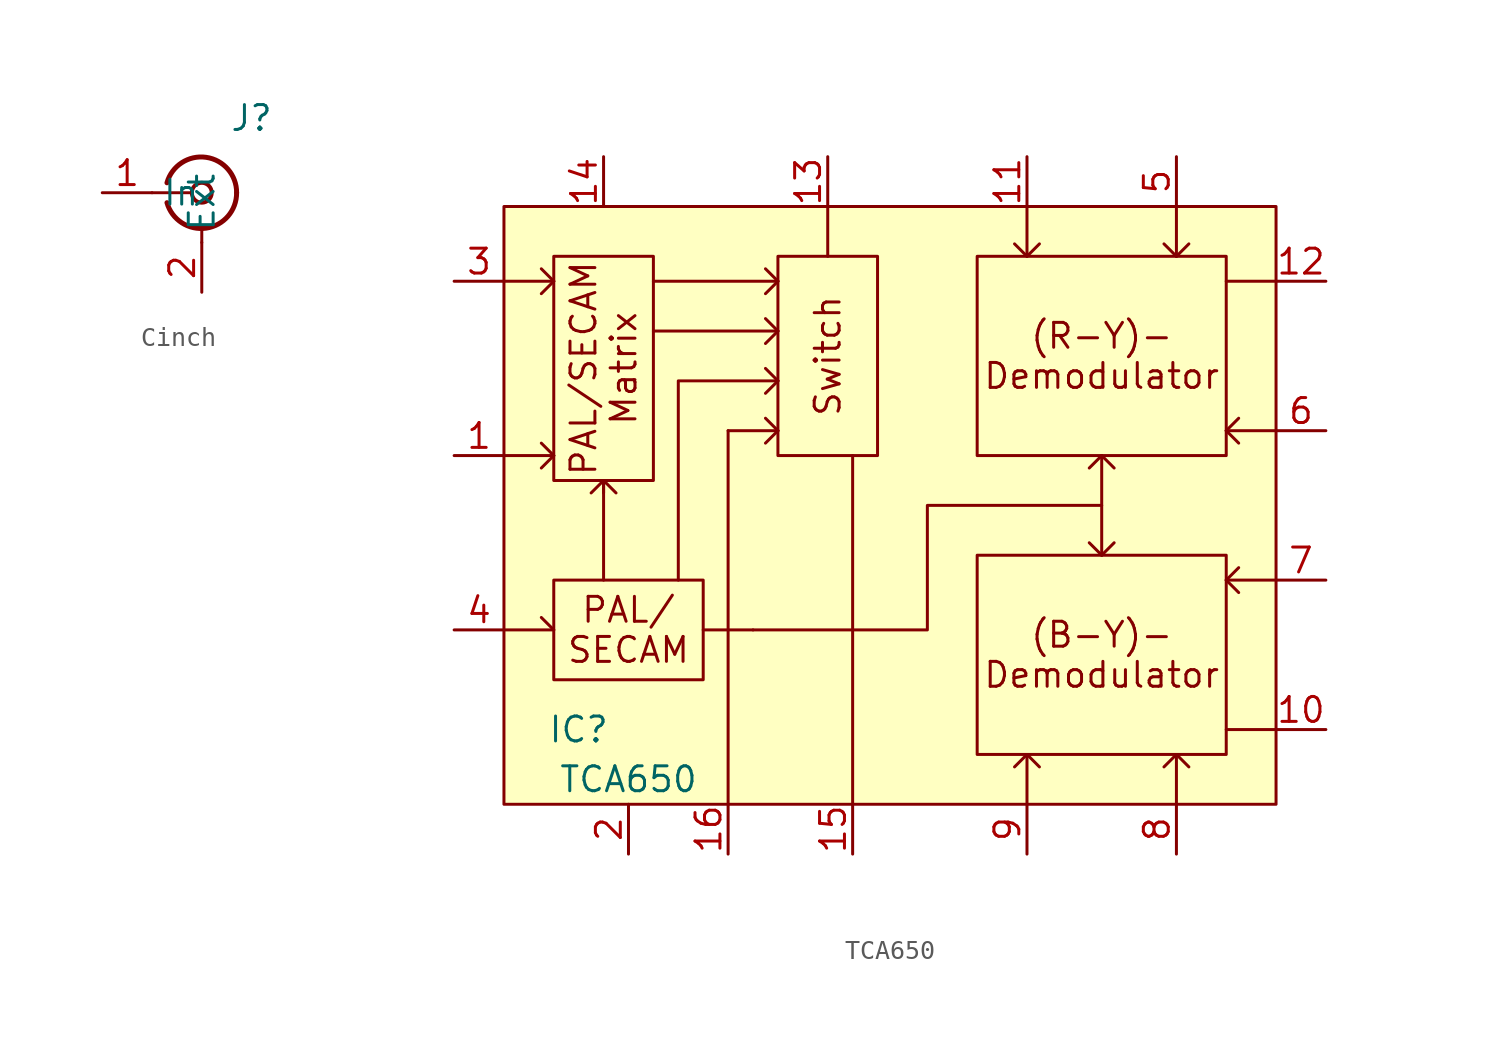
<source format=kicad_sym>
(kicad_symbol_lib
  (version 20220914)
  (generator kicad_symbol_editor)
  (symbol "Cinch"
    (property "Reference" "J"
      (at 2.54 3.81 0)
      (effects (font (size 1.27 1.27))))
    (property "Value" ""
      (at -5.08 0 0)
      (effects (font (size 1.27 1.27))))
    (symbol "Cinch_0_1"
      (arc (start -1.778 -0.508) (mid 0.2311 -1.8066) (end 1.778 0) (stroke (width 0.254) (type default)) (fill (type none)))
      (polyline (pts (xy -2.54 0) (xy -0.508 0)) (stroke (width 0) (type default)) (fill (type none)))
      (polyline (pts (xy 0 -2.54) (xy 0 -1.778)) (stroke (width 0) (type default)) (fill (type none)))
      (circle (center 0 0) (radius 0.508) (stroke (width 0.203) (type default)) (fill (type none)))
      (arc (start 1.778 0) (mid 0.2099 1.8101) (end -1.778 0.508) (stroke (width 0.254) (type default)) (fill (type none))))
    (symbol "Cinch_1_1"
      (pin passive line (at -5.08 0 0) (length 2.54) (name "In" (effects (font (size 1.27 1.27)))) (number "1" (effects (font (size 1.27 1.27)))))
      (pin passive line (at 0 -5.08 90) (length 2.54) (name "Ext" (effects (font (size 1.27 1.27)))) (number "2" (effects (font (size 1.27 1.27)))))))
  (symbol "TCA650"
    (property "Reference" "IC"
      (at -16.51 -12.7 0)
      (effects (font (size 1.27 1.27))))
    (property "Value" "TCA650"
      (at -13.97 -15.24 0)
      (effects (font (size 1.27 1.27))))
    (symbol "TCA650_0_1"
      (polyline (pts (xy -17.78 -7.62) (xy -18.415 -6.985)) (stroke (width 0) (type default)) (fill (type none)))
      (polyline (pts (xy 6.35 -13.97) (xy 5.715 -14.605)) (stroke (width 0) (type default)) (fill (type none)))
      (polyline (pts (xy 6.35 -13.97) (xy 6.985 -14.605)) (stroke (width 0) (type default)) (fill (type none)))
      (polyline (pts (xy 6.35 11.43) (xy 5.715 12.065)) (stroke (width 0) (type default)) (fill (type none)))
      (polyline (pts (xy 6.35 11.43) (xy 6.985 12.065)) (stroke (width 0) (type default)) (fill (type none)))
      (polyline (pts (xy 13.97 -13.97) (xy 13.335 -14.605)) (stroke (width 0) (type default)) (fill (type none)))
      (polyline (pts (xy 13.97 -13.97) (xy 14.605 -14.605)) (stroke (width 0) (type default)) (fill (type none)))
      (polyline (pts (xy 13.97 11.43) (xy 13.335 12.065)) (stroke (width 0) (type default)) (fill (type none)))
      (polyline (pts (xy 13.97 11.43) (xy 14.605 12.065)) (stroke (width 0) (type default)) (fill (type none)))
      (rectangle (start 3.81 -3.81) (end 16.51 -13.97) (stroke (width 0) (type default)) (fill (type none))))
    (symbol "TCA650_1_1"
      (rectangle (start -20.32 13.97) (end 19.05 -16.51) (stroke (width 0) (type default)) (fill (type background)))
      (rectangle (start -17.78 -5.08) (end -10.16 -10.16) (stroke (width 0) (type default)) (fill (type none)))
      (rectangle (start -17.78 11.43) (end -12.7 0) (stroke (width 0) (type default)) (fill (type none)))
      (rectangle (start -6.35 11.43) (end -1.27 1.27) (stroke (width 0) (type default)) (fill (type none)))
      (polyline (pts (xy -20.32 -7.62) (xy -17.78 -7.62)) (stroke (width 0) (type default)) (fill (type none)))
      (polyline (pts (xy -20.32 1.27) (xy -17.78 1.27)) (stroke (width 0) (type default)) (fill (type none)))
      (polyline (pts (xy -20.32 10.16) (xy -17.78 10.16)) (stroke (width 0) (type default)) (fill (type none)))
      (polyline (pts (xy -17.78 1.27) (xy -18.415 0.635)) (stroke (width 0) (type default)) (fill (type none)))
      (polyline (pts (xy -17.78 1.27) (xy -18.415 1.905)) (stroke (width 0) (type default)) (fill (type none)))
      (polyline (pts (xy -17.78 10.16) (xy -18.415 9.525)) (stroke (width 0) (type default)) (fill (type none)))
      (polyline (pts (xy -17.78 10.16) (xy -18.415 10.795)) (stroke (width 0) (type default)) (fill (type none)))
      (polyline (pts (xy -15.24 -5.08) (xy -15.24 0)) (stroke (width 0) (type default)) (fill (type none)))
      (polyline (pts (xy -15.24 0) (xy -15.875 -0.635)) (stroke (width 0) (type default)) (fill (type none)))
      (polyline (pts (xy -12.7 7.62) (xy -6.35 7.62)) (stroke (width 0) (type default)) (fill (type none)))
      (polyline (pts (xy -12.7 10.16) (xy -6.35 10.16)) (stroke (width 0) (type default)) (fill (type none)))
      (polyline (pts (xy -8.89 -16.51) (xy -8.89 2.54)) (stroke (width 0) (type default)) (fill (type none)))
      (polyline (pts (xy -8.89 2.54) (xy -6.35 2.54)) (stroke (width 0) (type default)) (fill (type none)))
      (polyline (pts (xy -7.62 -7.62) (xy -10.16 -7.62)) (stroke (width 0) (type default)) (fill (type none)))
      (polyline (pts (xy -6.35 2.54) (xy -6.985 1.905)) (stroke (width 0) (type default)) (fill (type none)))
      (polyline (pts (xy -6.35 2.54) (xy -6.985 3.175)) (stroke (width 0) (type default)) (fill (type none)))
      (polyline (pts (xy -6.35 5.08) (xy -6.985 4.445)) (stroke (width 0) (type default)) (fill (type none)))
      (polyline (pts (xy -6.35 5.08) (xy -6.985 5.715)) (stroke (width 0) (type default)) (fill (type none)))
      (polyline (pts (xy -6.35 7.62) (xy -6.985 6.985)) (stroke (width 0) (type default)) (fill (type none)))
      (polyline (pts (xy -6.35 7.62) (xy -6.985 8.255)) (stroke (width 0) (type default)) (fill (type none)))
      (polyline (pts (xy -6.35 10.16) (xy -6.985 9.525)) (stroke (width 0) (type default)) (fill (type none)))
      (polyline (pts (xy -6.35 10.16) (xy -6.985 10.795)) (stroke (width 0) (type default)) (fill (type none)))
      (polyline (pts (xy -3.81 13.97) (xy -3.81 11.43)) (stroke (width 0) (type default)) (fill (type none)))
      (polyline (pts (xy -2.54 -16.51) (xy -2.54 1.27)) (stroke (width 0) (type default)) (fill (type none)))
      (polyline (pts (xy 6.35 -16.51) (xy 6.35 -13.97)) (stroke (width 0) (type default)) (fill (type none)))
      (polyline (pts (xy 6.35 13.97) (xy 6.35 11.43)) (stroke (width 0) (type default)) (fill (type none)))
      (polyline (pts (xy 10.16 -3.81) (xy 9.525 -3.175)) (stroke (width 0) (type default)) (fill (type none)))
      (polyline (pts (xy 10.16 -3.81) (xy 10.795 -3.175)) (stroke (width 0) (type default)) (fill (type none)))
      (polyline (pts (xy 10.16 1.27) (xy 9.525 0.635)) (stroke (width 0) (type default)) (fill (type none)))
      (polyline (pts (xy 10.16 1.27) (xy 10.16 -3.81)) (stroke (width 0) (type default)) (fill (type none)))
      (polyline (pts (xy 10.16 1.27) (xy 10.795 0.635)) (stroke (width 0) (type default)) (fill (type none)))
      (polyline (pts (xy 13.97 -16.51) (xy 13.97 -13.97)) (stroke (width 0) (type default)) (fill (type none)))
      (polyline (pts (xy 13.97 13.97) (xy 13.97 11.43)) (stroke (width 0) (type default)) (fill (type none)))
      (polyline (pts (xy 16.51 -5.08) (xy 17.145 -5.715)) (stroke (width 0) (type default)) (fill (type none)))
      (polyline (pts (xy 16.51 -5.08) (xy 17.145 -4.445)) (stroke (width 0) (type default)) (fill (type none)))
      (polyline (pts (xy 16.51 2.54) (xy 17.145 1.905)) (stroke (width 0) (type default)) (fill (type none)))
      (polyline (pts (xy 16.51 2.54) (xy 17.145 3.175)) (stroke (width 0) (type default)) (fill (type none)))
      (polyline (pts (xy 19.05 -12.7) (xy 16.51 -12.7)) (stroke (width 0) (type default)) (fill (type none)))
      (polyline (pts (xy 19.05 -5.08) (xy 16.51 -5.08)) (stroke (width 0) (type default)) (fill (type none)))
      (polyline (pts (xy 19.05 2.54) (xy 16.51 2.54)) (stroke (width 0) (type default)) (fill (type none)))
      (polyline (pts (xy 19.05 10.16) (xy 16.51 10.16)) (stroke (width 0) (type default)) (fill (type none)))
      (polyline (pts (xy -15.24 -0.635) (xy -15.24 0) (xy -14.605 -0.635)) (stroke (width 0) (type default)) (fill (type none)))
      (polyline (pts (xy -11.43 -5.08) (xy -11.43 5.08) (xy -6.35 5.08)) (stroke (width 0) (type default)) (fill (type none)))
      (polyline (pts (xy -7.62 -7.62) (xy 1.27 -7.62) (xy 1.27 -1.27) (xy 10.16 -1.27)) (stroke (width 0) (type default)) (fill (type none)))
      (rectangle (start 3.81 11.43) (end 16.51 1.27) (stroke (width 0) (type default)) (fill (type none)))
      (text "(B-Y)-\nDemodulator" (at 10.16 -8.89 0) (effects (font (size 1.27 1.27))))
      (text "(R-Y)-\nDemodulator" (at 10.16 6.35 0) (effects (font (size 1.27 1.27))))
      (text "PAL/\nSECAM" (at -13.97 -7.62 0) (effects (font (size 1.27 1.27))))
      (text "PAL/SECAM\nMatrix" (at -15.24 5.715 900) (effects (font (size 1.27 1.27))))
      (text "Switch" (at -3.81 6.35 900) (effects (font (size 1.27 1.27))))
      (pin input line (at -22.86 1.27 0) (length 2.54) (name "" (effects (font (size 1.27 1.27)))) (number "1" (effects (font (size 1.27 1.27)))))
      (pin bidirectional line (at 21.59 -12.7 180) (length 2.54) (name "" (effects (font (size 1.27 1.27)))) (number "10" (effects (font (size 1.27 1.27)))))
      (pin input line (at 6.35 16.51 270) (length 2.54) (name "" (effects (font (size 1.27 1.27)))) (number "11" (effects (font (size 1.27 1.27)))))
      (pin bidirectional line (at 21.59 10.16 180) (length 2.54) (name "" (effects (font (size 1.27 1.27)))) (number "12" (effects (font (size 1.27 1.27)))))
      (pin bidirectional line (at -3.81 16.51 270) (length 2.54) (name "" (effects (font (size 1.27 1.27)))) (number "13" (effects (font (size 1.27 1.27)))))
      (pin power_in line (at -15.24 16.51 270) (length 2.54) (name "" (effects (font (size 1.27 1.27)))) (number "14" (effects (font (size 1.27 1.27)))))
      (pin bidirectional line (at -2.54 -19.05 90) (length 2.54) (name "" (effects (font (size 1.27 1.27)))) (number "15" (effects (font (size 1.27 1.27)))))
      (pin bidirectional line (at -8.89 -19.05 90) (length 2.54) (name "" (effects (font (size 1.27 1.27)))) (number "16" (effects (font (size 1.27 1.27)))))
      (pin power_in line (at -13.97 -19.05 90) (length 2.54) (name "" (effects (font (size 1.27 1.27)))) (number "2" (effects (font (size 1.27 1.27)))))
      (pin input line (at -22.86 10.16 0) (length 2.54) (name "" (effects (font (size 1.27 1.27)))) (number "3" (effects (font (size 1.27 1.27)))))
      (pin input line (at -22.86 -7.62 0) (length 2.54) (name "" (effects (font (size 1.27 1.27)))) (number "4" (effects (font (size 1.27 1.27)))))
      (pin input line (at 13.97 16.51 270) (length 2.54) (name "" (effects (font (size 1.27 1.27)))) (number "5" (effects (font (size 1.27 1.27)))))
      (pin input line (at 21.59 2.54 180) (length 2.54) (name "" (effects (font (size 1.27 1.27)))) (number "6" (effects (font (size 1.27 1.27)))))
      (pin input line (at 21.59 -5.08 180) (length 2.54) (name "" (effects (font (size 1.27 1.27)))) (number "7" (effects (font (size 1.27 1.27)))))
      (pin input line (at 13.97 -19.05 90) (length 2.54) (name "" (effects (font (size 1.27 1.27)))) (number "8" (effects (font (size 1.27 1.27)))))
      (pin input line (at 6.35 -19.05 90) (length 2.54) (name "" (effects (font (size 1.27 1.27)))) (number "9" (effects (font (size 1.27 1.27))))))))
</source>
